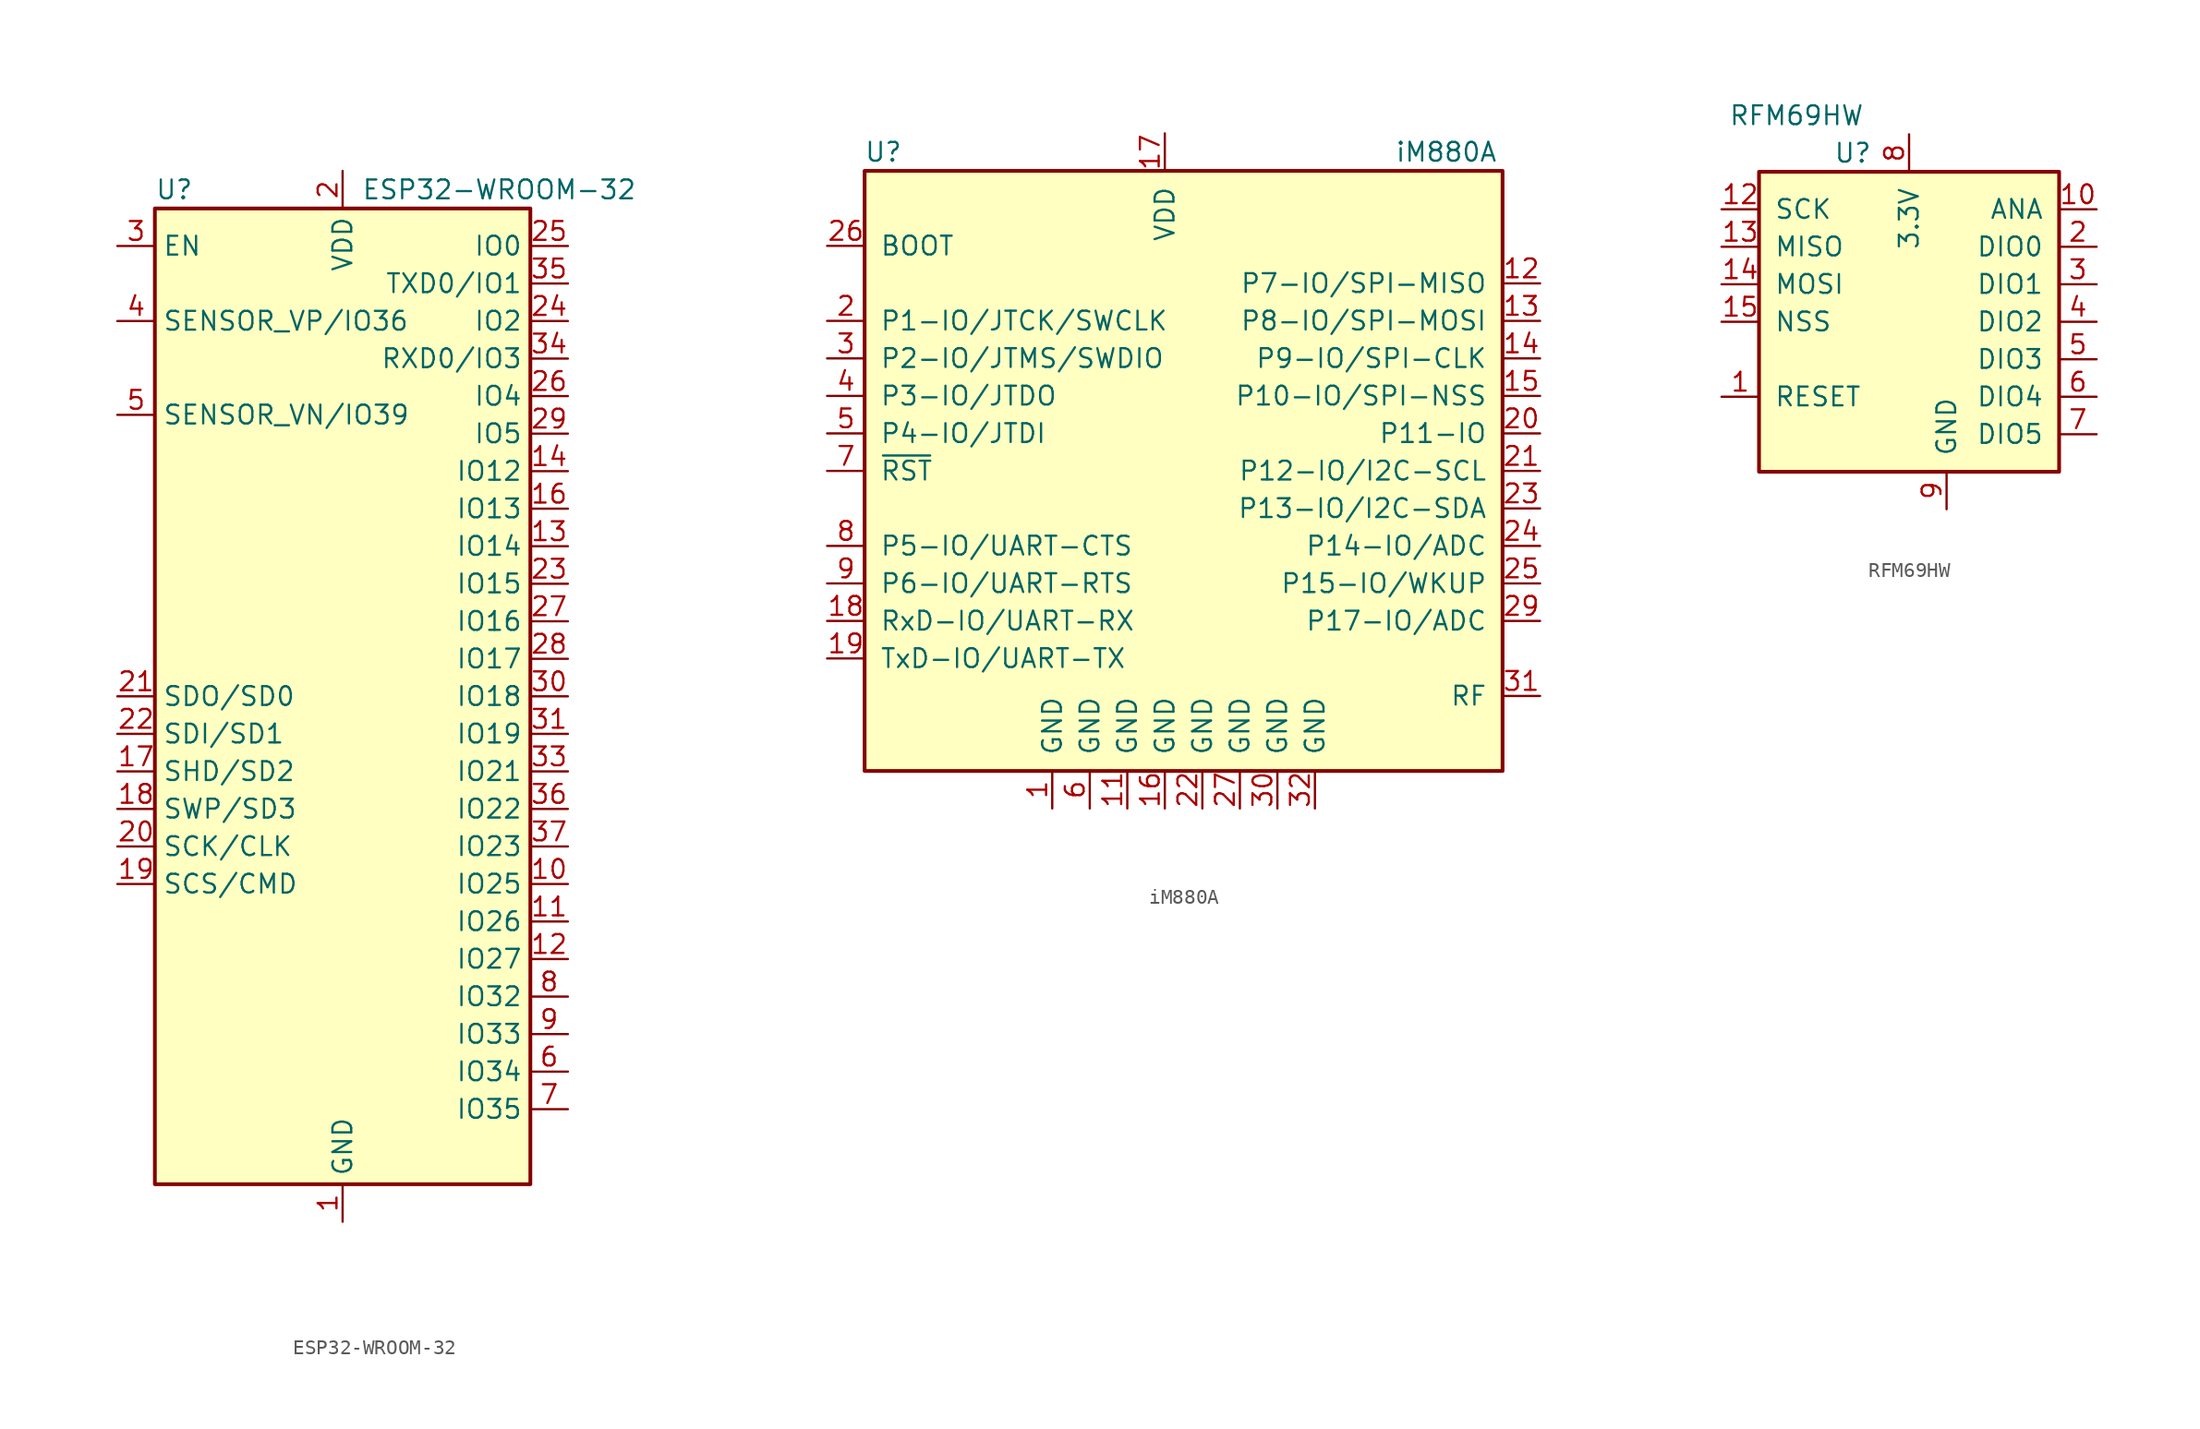
<source format=kicad_sym>
(kicad_symbol_lib
  (version 20220914)
  (generator kicad_symbol_editor)
  (symbol "ESP32-WROOM-32"
    (property "Reference" "U"
      (at -12.7 34.29 0)
      (effects (font (size 1.27 1.27)) (justify left)))
    (property "Value" "ESP32-WROOM-32"
      (at 1.27 34.29 0)
      (effects (font (size 1.27 1.27)) (justify left)))
    (symbol "ESP32-WROOM-32_0_1"
      (rectangle (start -12.7 33.02) (end 12.7 -33.02) (stroke (width 0.254) (type default)) (fill (type background))))
    (symbol "ESP32-WROOM-32_1_1"
      (pin power_in line (at 0 -35.56 90) (length 2.54) (name "GND" (effects (font (size 1.27 1.27)))) (number "1" (effects (font (size 1.27 1.27)))))
      (pin bidirectional line (at 15.24 -12.7 180) (length 2.54) (name "IO25" (effects (font (size 1.27 1.27)))) (number "10" (effects (font (size 1.27 1.27)))))
      (pin bidirectional line (at 15.24 -15.24 180) (length 2.54) (name "IO26" (effects (font (size 1.27 1.27)))) (number "11" (effects (font (size 1.27 1.27)))))
      (pin bidirectional line (at 15.24 -17.78 180) (length 2.54) (name "IO27" (effects (font (size 1.27 1.27)))) (number "12" (effects (font (size 1.27 1.27)))))
      (pin bidirectional line (at 15.24 10.16 180) (length 2.54) (name "IO14" (effects (font (size 1.27 1.27)))) (number "13" (effects (font (size 1.27 1.27)))))
      (pin bidirectional line (at 15.24 15.24 180) (length 2.54) (name "IO12" (effects (font (size 1.27 1.27)))) (number "14" (effects (font (size 1.27 1.27)))))
      (pin passive line (at 0 -35.56 90) (length 2.54) hide (name "GND" (effects (font (size 1.27 1.27)))) (number "15" (effects (font (size 1.27 1.27)))))
      (pin bidirectional line (at 15.24 12.7 180) (length 2.54) (name "IO13" (effects (font (size 1.27 1.27)))) (number "16" (effects (font (size 1.27 1.27)))))
      (pin bidirectional line (at -15.24 -5.08 0) (length 2.54) (name "SHD/SD2" (effects (font (size 1.27 1.27)))) (number "17" (effects (font (size 1.27 1.27)))))
      (pin bidirectional line (at -15.24 -7.62 0) (length 2.54) (name "SWP/SD3" (effects (font (size 1.27 1.27)))) (number "18" (effects (font (size 1.27 1.27)))))
      (pin bidirectional line (at -15.24 -12.7 0) (length 2.54) (name "SCS/CMD" (effects (font (size 1.27 1.27)))) (number "19" (effects (font (size 1.27 1.27)))))
      (pin power_in line (at 0 35.56 270) (length 2.54) (name "VDD" (effects (font (size 1.27 1.27)))) (number "2" (effects (font (size 1.27 1.27)))))
      (pin bidirectional line (at -15.24 -10.16 0) (length 2.54) (name "SCK/CLK" (effects (font (size 1.27 1.27)))) (number "20" (effects (font (size 1.27 1.27)))))
      (pin bidirectional line (at -15.24 0 0) (length 2.54) (name "SDO/SD0" (effects (font (size 1.27 1.27)))) (number "21" (effects (font (size 1.27 1.27)))))
      (pin bidirectional line (at -15.24 -2.54 0) (length 2.54) (name "SDI/SD1" (effects (font (size 1.27 1.27)))) (number "22" (effects (font (size 1.27 1.27)))))
      (pin bidirectional line (at 15.24 7.62 180) (length 2.54) (name "IO15" (effects (font (size 1.27 1.27)))) (number "23" (effects (font (size 1.27 1.27)))))
      (pin bidirectional line (at 15.24 25.4 180) (length 2.54) (name "IO2" (effects (font (size 1.27 1.27)))) (number "24" (effects (font (size 1.27 1.27)))))
      (pin bidirectional line (at 15.24 30.48 180) (length 2.54) (name "IO0" (effects (font (size 1.27 1.27)))) (number "25" (effects (font (size 1.27 1.27)))))
      (pin bidirectional line (at 15.24 20.32 180) (length 2.54) (name "IO4" (effects (font (size 1.27 1.27)))) (number "26" (effects (font (size 1.27 1.27)))))
      (pin bidirectional line (at 15.24 5.08 180) (length 2.54) (name "IO16" (effects (font (size 1.27 1.27)))) (number "27" (effects (font (size 1.27 1.27)))))
      (pin bidirectional line (at 15.24 2.54 180) (length 2.54) (name "IO17" (effects (font (size 1.27 1.27)))) (number "28" (effects (font (size 1.27 1.27)))))
      (pin bidirectional line (at 15.24 17.78 180) (length 2.54) (name "IO5" (effects (font (size 1.27 1.27)))) (number "29" (effects (font (size 1.27 1.27)))))
      (pin input line (at -15.24 30.48 0) (length 2.54) (name "EN" (effects (font (size 1.27 1.27)))) (number "3" (effects (font (size 1.27 1.27)))))
      (pin bidirectional line (at 15.24 0 180) (length 2.54) (name "IO18" (effects (font (size 1.27 1.27)))) (number "30" (effects (font (size 1.27 1.27)))))
      (pin bidirectional line (at 15.24 -2.54 180) (length 2.54) (name "IO19" (effects (font (size 1.27 1.27)))) (number "31" (effects (font (size 1.27 1.27)))))
      (pin no_connect line (at -12.7 -27.94 0) (length 2.54) hide (name "NC" (effects (font (size 1.27 1.27)))) (number "32" (effects (font (size 1.27 1.27)))))
      (pin bidirectional line (at 15.24 -5.08 180) (length 2.54) (name "IO21" (effects (font (size 1.27 1.27)))) (number "33" (effects (font (size 1.27 1.27)))))
      (pin bidirectional line (at 15.24 22.86 180) (length 2.54) (name "RXD0/IO3" (effects (font (size 1.27 1.27)))) (number "34" (effects (font (size 1.27 1.27)))))
      (pin bidirectional line (at 15.24 27.94 180) (length 2.54) (name "TXD0/IO1" (effects (font (size 1.27 1.27)))) (number "35" (effects (font (size 1.27 1.27)))))
      (pin bidirectional line (at 15.24 -7.62 180) (length 2.54) (name "IO22" (effects (font (size 1.27 1.27)))) (number "36" (effects (font (size 1.27 1.27)))))
      (pin bidirectional line (at 15.24 -10.16 180) (length 2.54) (name "IO23" (effects (font (size 1.27 1.27)))) (number "37" (effects (font (size 1.27 1.27)))))
      (pin passive line (at 0 -35.56 90) (length 2.54) hide (name "GND" (effects (font (size 1.27 1.27)))) (number "38" (effects (font (size 1.27 1.27)))))
      (pin passive line (at 0 -35.56 90) (length 2.54) hide (name "GND" (effects (font (size 1.27 1.27)))) (number "39" (effects (font (size 1.27 1.27)))))
      (pin input line (at -15.24 25.4 0) (length 2.54) (name "SENSOR_VP/IO36" (effects (font (size 1.27 1.27)))) (number "4" (effects (font (size 1.27 1.27)))))
      (pin input line (at -15.24 19.05 0) (length 2.54) (name "SENSOR_VN/IO39" (effects (font (size 1.27 1.27)))) (number "5" (effects (font (size 1.27 1.27)))))
      (pin input line (at 15.24 -25.4 180) (length 2.54) (name "IO34" (effects (font (size 1.27 1.27)))) (number "6" (effects (font (size 1.27 1.27)))))
      (pin input line (at 15.24 -27.94 180) (length 2.54) (name "IO35" (effects (font (size 1.27 1.27)))) (number "7" (effects (font (size 1.27 1.27)))))
      (pin bidirectional line (at 15.24 -20.32 180) (length 2.54) (name "IO32" (effects (font (size 1.27 1.27)))) (number "8" (effects (font (size 1.27 1.27)))))
      (pin bidirectional line (at 15.24 -22.86 180) (length 2.54) (name "IO33" (effects (font (size 1.27 1.27)))) (number "9" (effects (font (size 1.27 1.27)))))))
  (symbol "iM880A"
    (pin_names
      (offset 1.016))
    (property "Reference" "U"
      (at -19.05 21.59 0)
      (effects (font (size 1.27 1.27))))
    (property "Value" "iM880A"
      (at 19.05 21.59 0)
      (effects (font (size 1.27 1.27))))
    (symbol "iM880A_0_1"
      (rectangle (start -20.32 20.32) (end 22.86 -20.32) (stroke (width 0.254) (type default)) (fill (type background))))
    (symbol "iM880A_1_1"
      (pin power_in line (at -7.62 -22.86 90) (length 2.54) (name "GND" (effects (font (size 1.27 1.27)))) (number "1" (effects (font (size 1.27 1.27)))))
      (pin no_connect line (at 5.08 22.86 270) (length 2.54) hide (name "NC" (effects (font (size 1.27 1.27)))) (number "10" (effects (font (size 1.27 1.27)))))
      (pin power_in line (at -2.54 -22.86 90) (length 2.54) (name "GND" (effects (font (size 1.27 1.27)))) (number "11" (effects (font (size 1.27 1.27)))))
      (pin bidirectional line (at 25.4 12.7 180) (length 2.54) (name "P7-IO/SPI-MISO" (effects (font (size 1.27 1.27)))) (number "12" (effects (font (size 1.27 1.27)))))
      (pin bidirectional line (at 25.4 10.16 180) (length 2.54) (name "P8-IO/SPI-MOSI" (effects (font (size 1.27 1.27)))) (number "13" (effects (font (size 1.27 1.27)))))
      (pin bidirectional line (at 25.4 7.62 180) (length 2.54) (name "P9-IO/SPI-CLK" (effects (font (size 1.27 1.27)))) (number "14" (effects (font (size 1.27 1.27)))))
      (pin bidirectional line (at 25.4 5.08 180) (length 2.54) (name "P10-IO/SPI-NSS" (effects (font (size 1.27 1.27)))) (number "15" (effects (font (size 1.27 1.27)))))
      (pin power_in line (at 0 -22.86 90) (length 2.54) (name "GND" (effects (font (size 1.27 1.27)))) (number "16" (effects (font (size 1.27 1.27)))))
      (pin power_in line (at 0 22.86 270) (length 2.54) (name "VDD" (effects (font (size 1.27 1.27)))) (number "17" (effects (font (size 1.27 1.27)))))
      (pin bidirectional line (at -22.86 -10.16 0) (length 2.54) (name "RxD-IO/UART-RX" (effects (font (size 1.27 1.27)))) (number "18" (effects (font (size 1.27 1.27)))))
      (pin bidirectional line (at -22.86 -12.7 0) (length 2.54) (name "TxD-IO/UART-TX" (effects (font (size 1.27 1.27)))) (number "19" (effects (font (size 1.27 1.27)))))
      (pin bidirectional line (at -22.86 10.16 0) (length 2.54) (name "P1-IO/JTCK/SWCLK" (effects (font (size 1.27 1.27)))) (number "2" (effects (font (size 1.27 1.27)))))
      (pin bidirectional line (at 25.4 2.54 180) (length 2.54) (name "P11-IO" (effects (font (size 1.27 1.27)))) (number "20" (effects (font (size 1.27 1.27)))))
      (pin bidirectional line (at 25.4 0 180) (length 2.54) (name "P12-IO/I2C-SCL" (effects (font (size 1.27 1.27)))) (number "21" (effects (font (size 1.27 1.27)))))
      (pin power_in line (at 2.54 -22.86 90) (length 2.54) (name "GND" (effects (font (size 1.27 1.27)))) (number "22" (effects (font (size 1.27 1.27)))))
      (pin bidirectional line (at 25.4 -2.54 180) (length 2.54) (name "P13-IO/I2C-SDA" (effects (font (size 1.27 1.27)))) (number "23" (effects (font (size 1.27 1.27)))))
      (pin bidirectional line (at 25.4 -5.08 180) (length 2.54) (name "P14-IO/ADC" (effects (font (size 1.27 1.27)))) (number "24" (effects (font (size 1.27 1.27)))))
      (pin bidirectional line (at 25.4 -7.62 180) (length 2.54) (name "P15-IO/WKUP" (effects (font (size 1.27 1.27)))) (number "25" (effects (font (size 1.27 1.27)))))
      (pin input line (at -22.86 15.24 0) (length 2.54) (name "BOOT" (effects (font (size 1.27 1.27)))) (number "26" (effects (font (size 1.27 1.27)))))
      (pin power_in line (at 5.08 -22.86 90) (length 2.54) (name "GND" (effects (font (size 1.27 1.27)))) (number "27" (effects (font (size 1.27 1.27)))))
      (pin no_connect line (at 7.62 22.86 270) (length 2.54) hide (name "NC" (effects (font (size 1.27 1.27)))) (number "28" (effects (font (size 1.27 1.27)))))
      (pin bidirectional line (at 25.4 -10.16 180) (length 2.54) (name "P17-IO/ADC" (effects (font (size 1.27 1.27)))) (number "29" (effects (font (size 1.27 1.27)))))
      (pin bidirectional line (at -22.86 7.62 0) (length 2.54) (name "P2-IO/JTMS/SWDIO" (effects (font (size 1.27 1.27)))) (number "3" (effects (font (size 1.27 1.27)))))
      (pin power_in line (at 7.62 -22.86 90) (length 2.54) (name "GND" (effects (font (size 1.27 1.27)))) (number "30" (effects (font (size 1.27 1.27)))))
      (pin bidirectional line (at 25.4 -15.24 180) (length 2.54) (name "RF" (effects (font (size 1.27 1.27)))) (number "31" (effects (font (size 1.27 1.27)))))
      (pin power_in line (at 10.16 -22.86 90) (length 2.54) (name "GND" (effects (font (size 1.27 1.27)))) (number "32" (effects (font (size 1.27 1.27)))))
      (pin bidirectional line (at -22.86 5.08 0) (length 2.54) (name "P3-IO/JTDO" (effects (font (size 1.27 1.27)))) (number "4" (effects (font (size 1.27 1.27)))))
      (pin bidirectional line (at -22.86 2.54 0) (length 2.54) (name "P4-IO/JTDI" (effects (font (size 1.27 1.27)))) (number "5" (effects (font (size 1.27 1.27)))))
      (pin power_in line (at -5.08 -22.86 90) (length 2.54) (name "GND" (effects (font (size 1.27 1.27)))) (number "6" (effects (font (size 1.27 1.27)))))
      (pin input line (at -22.86 0 0) (length 2.54) (name "~{RST}" (effects (font (size 1.27 1.27)))) (number "7" (effects (font (size 1.27 1.27)))))
      (pin bidirectional line (at -22.86 -5.08 0) (length 2.54) (name "P5-IO/UART-CTS" (effects (font (size 1.27 1.27)))) (number "8" (effects (font (size 1.27 1.27)))))
      (pin bidirectional line (at -22.86 -7.62 0) (length 2.54) (name "P6-IO/UART-RTS" (effects (font (size 1.27 1.27)))) (number "9" (effects (font (size 1.27 1.27)))))))
  (symbol "RFM69HW"
    (pin_names
      (offset 1.016))
    (property "Reference" "U"
      (at -3.81 11.43 0)
      (effects (font (size 1.27 1.27))))
    (property "Value" "RFM69HW"
      (at -7.62 13.97 0)
      (effects (font (size 1.27 1.27))))
    (symbol "RFM69HW_0_1"
      (rectangle (start -10.16 10.16) (end 10.16 -10.16) (stroke (width 0.254) (type default)) (fill (type background))))
    (symbol "RFM69HW_1_1"
      (pin input line (at -12.7 -5.08 0) (length 2.54) (name "RESET" (effects (font (size 1.27 1.27)))) (number "1" (effects (font (size 1.27 1.27)))))
      (pin output line (at 12.7 7.62 180) (length 2.54) (name "ANA" (effects (font (size 1.27 1.27)))) (number "10" (effects (font (size 1.27 1.27)))))
      (pin passive line (at 2.54 -12.7 90) (length 2.54) hide (name "GND" (effects (font (size 1.27 1.27)))) (number "11" (effects (font (size 1.27 1.27)))))
      (pin input line (at -12.7 7.62 0) (length 2.54) (name "SCK" (effects (font (size 1.27 1.27)))) (number "12" (effects (font (size 1.27 1.27)))))
      (pin output line (at -12.7 5.08 0) (length 2.54) (name "MISO" (effects (font (size 1.27 1.27)))) (number "13" (effects (font (size 1.27 1.27)))))
      (pin input line (at -12.7 2.54 0) (length 2.54) (name "MOSI" (effects (font (size 1.27 1.27)))) (number "14" (effects (font (size 1.27 1.27)))))
      (pin input line (at -12.7 0 0) (length 2.54) (name "NSS" (effects (font (size 1.27 1.27)))) (number "15" (effects (font (size 1.27 1.27)))))
      (pin no_connect line (at -2.54 -12.7 90) (length 2.54) hide (name "NC" (effects (font (size 1.27 1.27)))) (number "16" (effects (font (size 1.27 1.27)))))
      (pin bidirectional line (at 12.7 5.08 180) (length 2.54) (name "DIO0" (effects (font (size 1.27 1.27)))) (number "2" (effects (font (size 1.27 1.27)))))
      (pin bidirectional line (at 12.7 2.54 180) (length 2.54) (name "DIO1" (effects (font (size 1.27 1.27)))) (number "3" (effects (font (size 1.27 1.27)))))
      (pin bidirectional line (at 12.7 0 180) (length 2.54) (name "DIO2" (effects (font (size 1.27 1.27)))) (number "4" (effects (font (size 1.27 1.27)))))
      (pin bidirectional line (at 12.7 -2.54 180) (length 2.54) (name "DIO3" (effects (font (size 1.27 1.27)))) (number "5" (effects (font (size 1.27 1.27)))))
      (pin bidirectional line (at 12.7 -5.08 180) (length 2.54) (name "DIO4" (effects (font (size 1.27 1.27)))) (number "6" (effects (font (size 1.27 1.27)))))
      (pin bidirectional line (at 12.7 -7.62 180) (length 2.54) (name "DIO5" (effects (font (size 1.27 1.27)))) (number "7" (effects (font (size 1.27 1.27)))))
      (pin power_in line (at 0 12.7 270) (length 2.54) (name "3.3V" (effects (font (size 1.27 1.27)))) (number "8" (effects (font (size 1.27 1.27)))))
      (pin power_in line (at 2.54 -12.7 90) (length 2.54) (name "GND" (effects (font (size 1.27 1.27)))) (number "9" (effects (font (size 1.27 1.27))))))))
</source>
